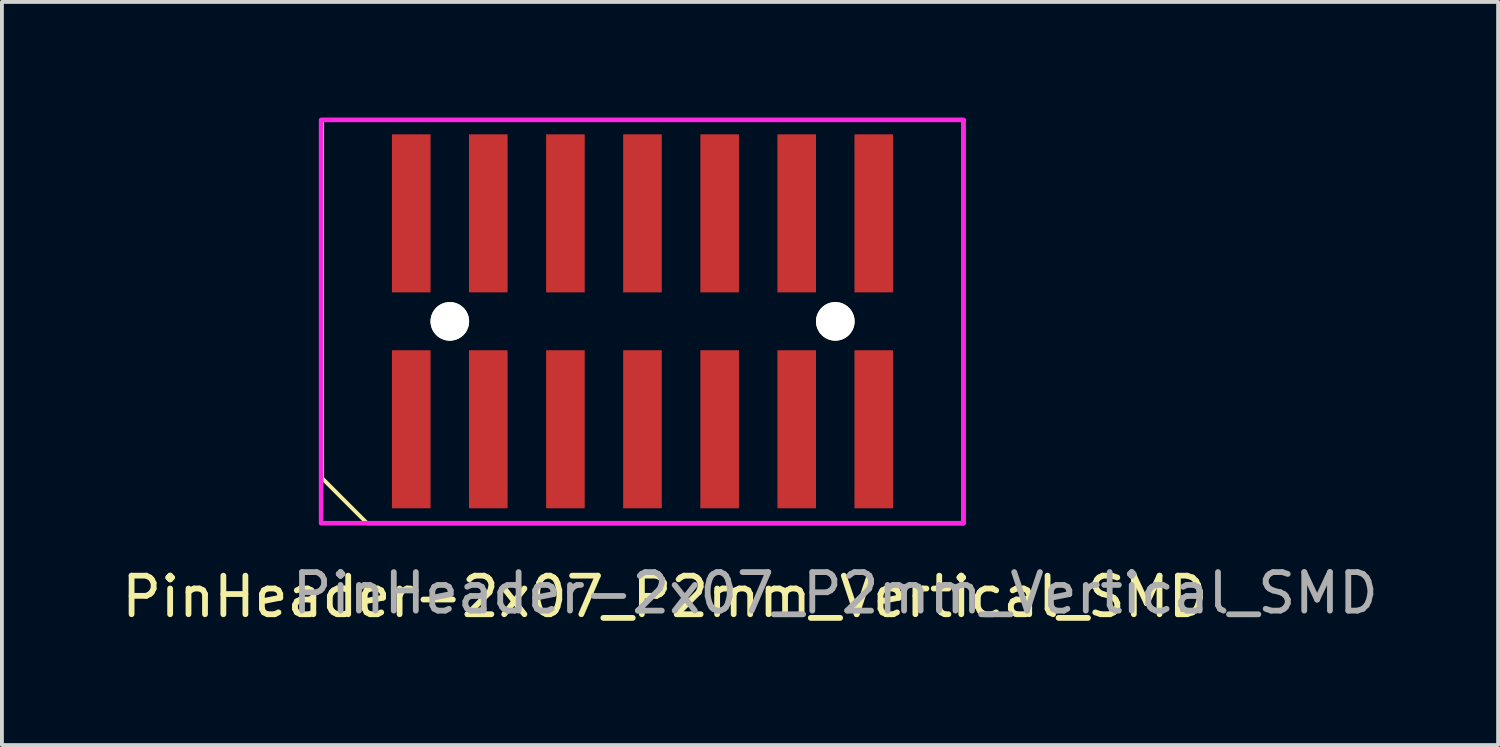
<source format=kicad_pcb>
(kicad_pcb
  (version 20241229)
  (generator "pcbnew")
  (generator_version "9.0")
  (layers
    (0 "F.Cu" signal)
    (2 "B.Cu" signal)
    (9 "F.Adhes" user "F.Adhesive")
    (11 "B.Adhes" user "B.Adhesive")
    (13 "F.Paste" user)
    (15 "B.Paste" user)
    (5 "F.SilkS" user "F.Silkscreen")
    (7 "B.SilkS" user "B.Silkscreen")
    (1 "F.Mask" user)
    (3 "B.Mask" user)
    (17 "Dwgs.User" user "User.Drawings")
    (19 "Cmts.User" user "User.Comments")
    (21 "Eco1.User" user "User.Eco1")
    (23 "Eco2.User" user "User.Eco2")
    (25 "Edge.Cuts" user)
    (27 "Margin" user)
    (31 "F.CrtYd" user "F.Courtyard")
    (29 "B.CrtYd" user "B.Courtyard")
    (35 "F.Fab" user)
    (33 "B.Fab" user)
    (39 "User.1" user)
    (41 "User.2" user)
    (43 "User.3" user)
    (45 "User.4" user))
  (footprint "PinHeader-2x07_P2mm_Vertical_SMD"
    (layer "F.Cu")
    (at 7.618 8.086)
    (property "Reference" "PinHeader-2x07_P2mm_Vertical_SMD" (at 6.579 4.343 0) (layer "F.SilkS") (effects (font (size 1 1) (thickness 0.15))))
    (attr smd)
    (fp_line (start -2.311 -8.026) (end 14.326 -8.026) (stroke (width 0.1) (type solid)) (layer "F.SilkS"))
    (fp_line (start -2.311 1.27) (end -2.311 -8.026) (stroke (width 0.1) (type solid)) (layer "F.SilkS"))
    (fp_line (start -1.168 2.413) (end -2.311 1.27) (stroke (width 0.1) (type solid)) (layer "F.SilkS"))
    (fp_line (start -1.143 2.438) (end 14.326 2.438) (stroke (width 0.1) (type solid)) (layer "F.SilkS"))
    (fp_line (start 14.326 2.438) (end 14.326 -8.026) (stroke (width 0.1) (type solid)) (layer "F.SilkS"))
    (fp_rect (start -2.337 -8.026) (end 14.326 2.438) (stroke (width 0.12) (type solid)) (fill no) (layer "F.CrtYd"))
    (fp_text user "${REFERENCE}" (at 11 4.25 0) (layer "F.Fab") (effects (font (size 1 1) (thickness 0.15))))
    (pad "" np_thru_hole circle (at 1.001 -2.799) (size 1.001 1.001) (drill 1.001) (layers "*.Cu" "*.Mask" "F.SilkS"))
    (pad "" np_thru_hole circle (at 11.001 -2.799) (size 1.001 1.001) (drill 1.001) (layers "*.Cu" "*.Mask" "F.SilkS"))
    (pad "1" smd rect (at 0 0) (size 1.001 4.1) (layers "F.Cu" "F.Mask" "F.Paste"))
    (pad "2" smd rect (at 0 -5.601) (size 1.001 4.1) (layers "F.Cu" "F.Mask" "F.Paste"))
    (pad "3" smd rect (at 1.999 0) (size 1.001 4.1) (layers "F.Cu" "F.Mask" "F.Paste"))
    (pad "4" smd rect (at 1.999 -5.601) (size 1.001 4.1) (layers "F.Cu" "F.Mask" "F.Paste"))
    (pad "5" smd rect (at 4 0) (size 1.001 4.1) (layers "F.Cu" "F.Mask" "F.Paste"))
    (pad "6" smd rect (at 4 -5.601) (size 1.001 4.1) (layers "F.Cu" "F.Mask" "F.Paste"))
    (pad "7" smd rect (at 5.999 0) (size 1.001 4.1) (layers "F.Cu" "F.Mask" "F.Paste"))
    (pad "8" smd rect (at 5.999 -5.601) (size 1.001 4.1) (layers "F.Cu" "F.Mask" "F.Paste"))
    (pad "9" smd rect (at 8.001 0) (size 1.001 4.1) (layers "F.Cu" "F.Mask" "F.Paste"))
    (pad "10" smd rect (at 8.001 -5.601) (size 1.001 4.1) (layers "F.Cu" "F.Mask" "F.Paste"))
    (pad "11" smd rect (at 10 0) (size 1.001 4.1) (layers "F.Cu" "F.Mask" "F.Paste"))
    (pad "12" smd rect (at 10 -5.601) (size 1.001 4.1) (layers "F.Cu" "F.Mask" "F.Paste"))
    (pad "13" smd rect (at 11.999 0) (size 1.001 4.1) (layers "F.Cu" "F.Mask" "F.Paste"))
    (pad "14" smd rect (at 11.999 -5.601) (size 1.001 4.1) (layers "F.Cu" "F.Mask" "F.Paste")))
  (gr_rect
    (start -3 -3)
    (end 35.814 16.278)
    (stroke (width 0.1) (type default))
    (fill no)
    (layer "Edge.Cuts")))
</source>
